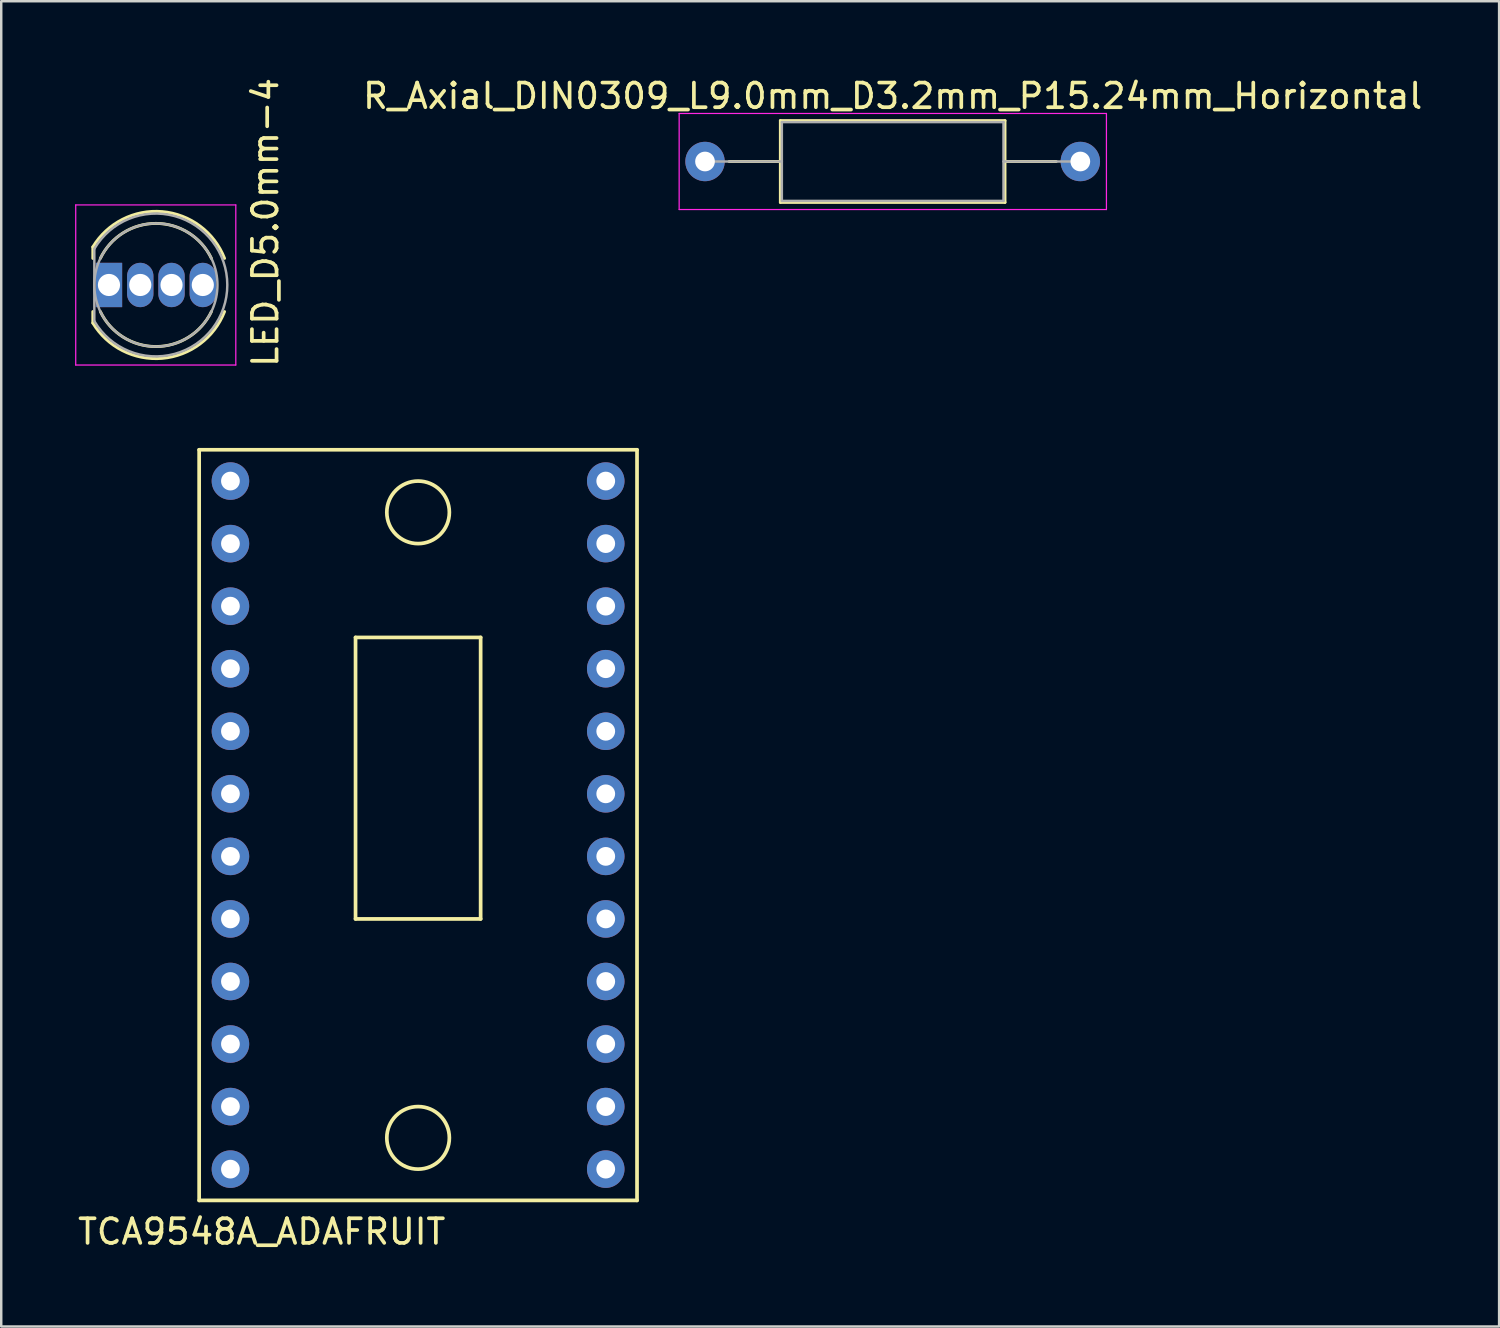
<source format=kicad_pcb>
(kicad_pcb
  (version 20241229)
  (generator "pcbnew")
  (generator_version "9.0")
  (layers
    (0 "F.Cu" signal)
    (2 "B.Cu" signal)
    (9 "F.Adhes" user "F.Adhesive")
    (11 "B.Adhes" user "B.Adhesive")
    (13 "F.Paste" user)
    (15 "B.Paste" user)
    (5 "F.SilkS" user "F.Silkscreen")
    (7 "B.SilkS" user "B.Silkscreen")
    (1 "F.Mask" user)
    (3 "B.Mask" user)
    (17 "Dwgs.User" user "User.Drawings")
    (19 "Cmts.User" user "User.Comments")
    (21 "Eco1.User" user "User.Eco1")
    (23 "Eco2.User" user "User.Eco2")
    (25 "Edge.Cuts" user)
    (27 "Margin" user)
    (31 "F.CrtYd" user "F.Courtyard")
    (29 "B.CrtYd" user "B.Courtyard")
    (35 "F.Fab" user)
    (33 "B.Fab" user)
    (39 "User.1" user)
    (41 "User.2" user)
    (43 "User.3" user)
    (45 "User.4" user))
  (footprint "TCA9548A_ADAFRUIT"
    (layer "F.Cu")
    (at 5.037 15.214)
    (property "Reference" "TCA9548A_ADAFRUIT" (at 2.54 31.75 0) (layer "F.SilkS") (effects (font (size 1 1) (thickness 0.15))))
    (attr through_hole)
    (fp_line (start 0 0) (end 0 30.48) (stroke (width 0.15) (type solid)) (layer "F.SilkS"))
    (fp_line (start 0 30.48) (end 17.78 30.48) (stroke (width 0.15) (type solid)) (layer "F.SilkS"))
    (fp_line (start 6.35 7.62) (end 11.43 7.62) (stroke (width 0.15) (type solid)) (layer "F.SilkS"))
    (fp_line (start 6.35 19.05) (end 6.35 7.62) (stroke (width 0.15) (type solid)) (layer "F.SilkS"))
    (fp_line (start 11.43 7.62) (end 11.43 19.05) (stroke (width 0.15) (type solid)) (layer "F.SilkS"))
    (fp_line (start 11.43 19.05) (end 6.35 19.05) (stroke (width 0.15) (type solid)) (layer "F.SilkS"))
    (fp_line (start 17.78 0) (end 0 0) (stroke (width 0.15) (type solid)) (layer "F.SilkS"))
    (fp_line (start 17.78 30.48) (end 17.78 0) (stroke (width 0.15) (type solid)) (layer "F.SilkS"))
    (fp_circle (center 8.89 2.54) (end 10.16 2.54) (stroke (width 0.15) (type solid)) (fill no) (layer "F.SilkS"))
    (fp_circle (center 8.89 27.94) (end 10.16 27.94) (stroke (width 0.15) (type solid)) (fill no) (layer "F.SilkS"))
    (pad "1" thru_hole circle (at 1.27 1.27) (size 1.524 1.524) (drill 0.762) (layers "*.Cu" "*.Mask"))
    (pad "2" thru_hole circle (at 1.27 3.81) (size 1.524 1.524) (drill 0.762) (layers "*.Cu" "*.Mask"))
    (pad "3" thru_hole circle (at 1.27 6.35) (size 1.524 1.524) (drill 0.762) (layers "*.Cu" "*.Mask"))
    (pad "4" thru_hole circle (at 1.27 8.89) (size 1.524 1.524) (drill 0.762) (layers "*.Cu" "*.Mask"))
    (pad "5" thru_hole circle (at 1.27 11.43) (size 1.524 1.524) (drill 0.762) (layers "*.Cu" "*.Mask"))
    (pad "6" thru_hole circle (at 1.27 13.97) (size 1.524 1.524) (drill 0.762) (layers "*.Cu" "*.Mask"))
    (pad "7" thru_hole circle (at 1.27 16.51) (size 1.524 1.524) (drill 0.762) (layers "*.Cu" "*.Mask"))
    (pad "8" thru_hole circle (at 1.27 19.05) (size 1.524 1.524) (drill 0.762) (layers "*.Cu" "*.Mask"))
    (pad "9" thru_hole circle (at 1.27 21.59) (size 1.524 1.524) (drill 0.762) (layers "*.Cu" "*.Mask"))
    (pad "10" thru_hole circle (at 1.27 24.13) (size 1.524 1.524) (drill 0.762) (layers "*.Cu" "*.Mask"))
    (pad "11" thru_hole circle (at 1.27 26.67) (size 1.524 1.524) (drill 0.762) (layers "*.Cu" "*.Mask"))
    (pad "12" thru_hole circle (at 1.27 29.21) (size 1.524 1.524) (drill 0.762) (layers "*.Cu" "*.Mask"))
    (pad "13" thru_hole circle (at 16.51 29.21) (size 1.524 1.524) (drill 0.762) (layers "*.Cu" "*.Mask"))
    (pad "14" thru_hole circle (at 16.51 26.67) (size 1.524 1.524) (drill 0.762) (layers "*.Cu" "*.Mask"))
    (pad "15" thru_hole circle (at 16.51 24.13) (size 1.524 1.524) (drill 0.762) (layers "*.Cu" "*.Mask"))
    (pad "16" thru_hole circle (at 16.51 21.59) (size 1.524 1.524) (drill 0.762) (layers "*.Cu" "*.Mask"))
    (pad "17" thru_hole circle (at 16.51 19.05) (size 1.524 1.524) (drill 0.762) (layers "*.Cu" "*.Mask"))
    (pad "18" thru_hole circle (at 16.51 16.51) (size 1.524 1.524) (drill 0.762) (layers "*.Cu" "*.Mask"))
    (pad "19" thru_hole circle (at 16.51 13.97) (size 1.524 1.524) (drill 0.762) (layers "*.Cu" "*.Mask"))
    (pad "20" thru_hole circle (at 16.51 11.43) (size 1.524 1.524) (drill 0.762) (layers "*.Cu" "*.Mask"))
    (pad "21" thru_hole circle (at 16.51 8.89) (size 1.524 1.524) (drill 0.762) (layers "*.Cu" "*.Mask"))
    (pad "22" thru_hole circle (at 16.51 6.35) (size 1.524 1.524) (drill 0.762) (layers "*.Cu" "*.Mask"))
    (pad "23" thru_hole circle (at 16.51 3.81) (size 1.524 1.524) (drill 0.762) (layers "*.Cu" "*.Mask"))
    (pad "24" thru_hole circle (at 16.51 1.27) (size 1.524 1.524) (drill 0.762) (layers "*.Cu" "*.Mask")))
  (footprint "R_Axial_DIN0309_L9.0mm_D3.2mm_P15.24mm_Horizontal"
    (layer "F.Cu")
    (at 25.578 3.508)
    (property "Reference" "R_Axial_DIN0309_L9.0mm_D3.2mm_P15.24mm_Horizontal" (at 7.62 -2.66 0) (layer "F.SilkS") (effects (font (size 1 1) (thickness 0.15))))
    (attr through_hole)
    (fp_line (start 0.98 0) (end 3.06 0) (stroke (width 0.12) (type solid)) (layer "F.SilkS"))
    (fp_line (start 3.06 -1.66) (end 3.06 1.66) (stroke (width 0.12) (type solid)) (layer "F.SilkS"))
    (fp_line (start 3.06 1.66) (end 12.18 1.66) (stroke (width 0.12) (type solid)) (layer "F.SilkS"))
    (fp_line (start 12.18 -1.66) (end 3.06 -1.66) (stroke (width 0.12) (type solid)) (layer "F.SilkS"))
    (fp_line (start 12.18 1.66) (end 12.18 -1.66) (stroke (width 0.12) (type solid)) (layer "F.SilkS"))
    (fp_line (start 14.26 0) (end 12.18 0) (stroke (width 0.12) (type solid)) (layer "F.SilkS"))
    (fp_line (start -1.05 -1.95) (end -1.05 1.95) (stroke (width 0.05) (type solid)) (layer "F.CrtYd"))
    (fp_line (start -1.05 1.95) (end 16.3 1.95) (stroke (width 0.05) (type solid)) (layer "F.CrtYd"))
    (fp_line (start 16.3 -1.95) (end -1.05 -1.95) (stroke (width 0.05) (type solid)) (layer "F.CrtYd"))
    (fp_line (start 16.3 1.95) (end 16.3 -1.95) (stroke (width 0.05) (type solid)) (layer "F.CrtYd"))
    (fp_line (start 0 0) (end 3.12 0) (stroke (width 0.1) (type solid)) (layer "F.Fab"))
    (fp_line (start 3.12 -1.6) (end 3.12 1.6) (stroke (width 0.1) (type solid)) (layer "F.Fab"))
    (fp_line (start 3.12 1.6) (end 12.12 1.6) (stroke (width 0.1) (type solid)) (layer "F.Fab"))
    (fp_line (start 12.12 -1.6) (end 3.12 -1.6) (stroke (width 0.1) (type solid)) (layer "F.Fab"))
    (fp_line (start 12.12 1.6) (end 12.12 -1.6) (stroke (width 0.1) (type solid)) (layer "F.Fab"))
    (fp_line (start 15.24 0) (end 12.12 0) (stroke (width 0.1) (type solid)) (layer "F.Fab"))
    (pad "1" thru_hole circle (at 0 0) (size 1.6 1.6) (drill 0.8) (layers "*.Cu" "*.Mask"))
    (pad "2" thru_hole oval (at 15.24 0) (size 1.6 1.6) (drill 0.8) (layers "*.Cu" "*.Mask")))
  (footprint "LED_D5.0mm-4"
    (layer "F.Cu")
    (at 1.375 8.522)
    (property "Reference" "LED_D5.0mm-4" (at 6.35 -2.54 90) (layer "F.SilkS") (effects (font (size 1 1) (thickness 0.15))))
    (attr through_hole)
    (fp_line (start -0.655 -1.545) (end -0.655 -1.08) (stroke (width 0.12) (type solid)) (layer "F.SilkS"))
    (fp_line (start -0.655 1.08) (end -0.655 1.545) (stroke (width 0.12) (type solid)) (layer "F.SilkS"))
    (fp_arc (start -0.655 -1.54483) (mid 2.163456 -2.978809) (end 4.692815 -1.080827) (stroke (width 0.12) (type solid)) (layer "F.SilkS"))
    (fp_arc (start -0.349684 -1.08) (mid 1.904762 -2.5) (end 4.159479 -1.080429) (stroke (width 0.12) (type solid)) (layer "F.SilkS"))
    (fp_arc (start 4.159479 1.080429) (mid 1.904762 2.5) (end -0.349684 1.08) (stroke (width 0.12) (type solid)) (layer "F.SilkS"))
    (fp_arc (start 4.692815 1.080827) (mid 2.163456 2.978808) (end -0.655 1.54483) (stroke (width 0.12) (type solid)) (layer "F.SilkS"))
    (fp_line (start -1.35 -3.25) (end -1.35 3.25) (stroke (width 0.05) (type solid)) (layer "F.CrtYd"))
    (fp_line (start -1.35 3.25) (end 5.15 3.25) (stroke (width 0.05) (type solid)) (layer "F.CrtYd"))
    (fp_line (start 5.15 -3.25) (end -1.35 -3.25) (stroke (width 0.05) (type solid)) (layer "F.CrtYd"))
    (fp_line (start 5.15 3.25) (end 5.15 -3.25) (stroke (width 0.05) (type solid)) (layer "F.CrtYd"))
    (fp_line (start -0.595 -1.47) (end -0.595 1.47) (stroke (width 0.1) (type solid)) (layer "F.Fab"))
    (fp_arc (start -0.595 -1.469694) (mid 4.805 0.000016) (end -0.595016 1.469666) (stroke (width 0.1) (type solid)) (layer "F.Fab"))
    (fp_circle (center 1.905 0) (end 4.405 0) (stroke (width 0.1) (type solid)) (fill no) (layer "F.Fab"))
    (pad "1" thru_hole rect (at 0 0) (size 1.07 1.8) (drill 0.9) (layers "*.Cu" "*.Mask"))
    (pad "2" thru_hole oval (at 1.27 0) (size 1.07 1.8) (drill 0.9) (layers "*.Cu" "*.Mask"))
    (pad "3" thru_hole oval (at 2.54 0) (size 1.07 1.8) (drill 0.9) (layers "*.Cu" "*.Mask"))
    (pad "4" thru_hole oval (at 3.81 0) (size 1.07 1.8) (drill 0.9) (layers "*.Cu" "*.Mask")))
  (gr_rect
    (start -3 -3)
    (end 57.823 50.813)
    (stroke (width 0.1) (type default))
    (fill no)
    (layer "Edge.Cuts")))
</source>
